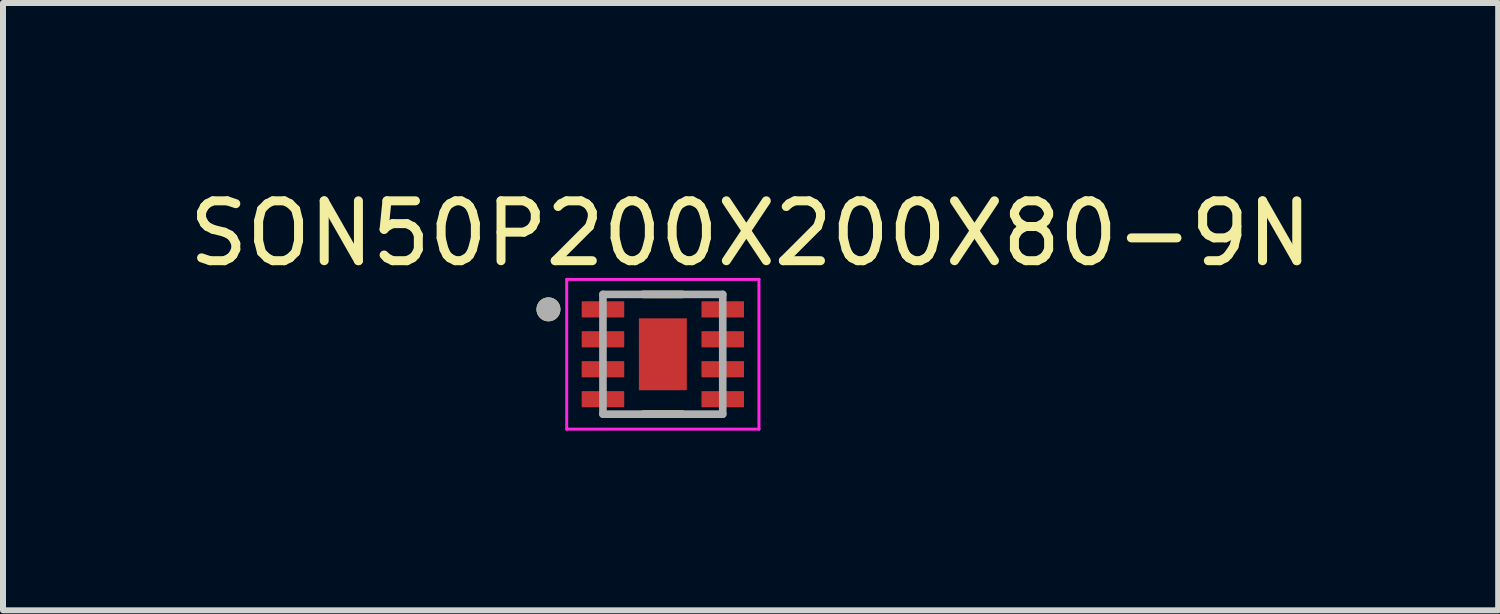
<source format=kicad_pcb>
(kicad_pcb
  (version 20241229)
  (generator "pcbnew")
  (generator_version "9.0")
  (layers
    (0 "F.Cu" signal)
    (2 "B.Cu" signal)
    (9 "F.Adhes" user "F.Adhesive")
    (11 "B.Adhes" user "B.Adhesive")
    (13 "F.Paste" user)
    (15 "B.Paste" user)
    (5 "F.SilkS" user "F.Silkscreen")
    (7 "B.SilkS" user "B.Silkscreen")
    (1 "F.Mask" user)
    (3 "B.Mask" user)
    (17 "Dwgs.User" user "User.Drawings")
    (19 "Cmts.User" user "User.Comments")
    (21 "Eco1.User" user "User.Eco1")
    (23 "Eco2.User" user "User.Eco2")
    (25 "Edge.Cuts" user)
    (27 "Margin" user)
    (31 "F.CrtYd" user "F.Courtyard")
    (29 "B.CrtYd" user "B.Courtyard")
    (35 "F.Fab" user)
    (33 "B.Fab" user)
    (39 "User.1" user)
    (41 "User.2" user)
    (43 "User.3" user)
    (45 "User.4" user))
  (footprint "SON50P200X200X80-9N"
    (layer "F.Cu")
    (at 8.017 2.865)
    (property "Reference" "SON50P200X200X80-9N" (at 1.465 -2.017 0) (layer "F.SilkS") (effects (font (size 1 1) (thickness 0.15))))
    (attr through_hole)
    (fp_line (start -0.325 -1) (end 0.325 -1) (stroke (width 0.127) (type solid)) (layer "F.SilkS"))
    (fp_line (start -0.325 1) (end 0.325 1) (stroke (width 0.127) (type solid)) (layer "F.SilkS"))
    (fp_circle (center -1.91 -0.75) (end -1.81 -0.75) (stroke (width 0.2) (type solid)) (fill no) (layer "F.SilkS"))
    (fp_poly (pts (xy -0.253 -0.38) (xy 0.253 -0.38) (xy 0.253 0.38) (xy -0.253 0.38)) (stroke (width 0.01) (type solid)) (fill yes) (layer "F.Paste"))
    (fp_line (start -1.605 -1.25) (end -1.605 1.25) (stroke (width 0.05) (type solid)) (layer "F.CrtYd"))
    (fp_line (start -1.605 -1.25) (end 1.605 -1.25) (stroke (width 0.05) (type solid)) (layer "F.CrtYd"))
    (fp_line (start -1.605 1.25) (end 1.605 1.25) (stroke (width 0.05) (type solid)) (layer "F.CrtYd"))
    (fp_line (start 1.605 -1.25) (end 1.605 1.25) (stroke (width 0.05) (type solid)) (layer "F.CrtYd"))
    (fp_line (start -1 -1) (end -1 1) (stroke (width 0.127) (type solid)) (layer "F.Fab"))
    (fp_line (start -1 -1) (end 1 -1) (stroke (width 0.127) (type solid)) (layer "F.Fab"))
    (fp_line (start -1 1) (end 1 1) (stroke (width 0.127) (type solid)) (layer "F.Fab"))
    (fp_line (start 1 -1) (end 1 1) (stroke (width 0.127) (type solid)) (layer "F.Fab"))
    (fp_circle (center -1.91 -0.75) (end -1.81 -0.75) (stroke (width 0.2) (type solid)) (fill no) (layer "F.Fab"))
    (pad "1" smd roundrect (at -1 -0.75) (size 0.71 0.27) (layers "F.Cu" "F.Mask" "F.Paste") (roundrect_rratio 0.03))
    (pad "2" smd roundrect (at -1 -0.25) (size 0.71 0.27) (layers "F.Cu" "F.Mask" "F.Paste") (roundrect_rratio 0.03))
    (pad "3" smd roundrect (at -1 0.25) (size 0.71 0.27) (layers "F.Cu" "F.Mask" "F.Paste") (roundrect_rratio 0.03))
    (pad "4" smd roundrect (at -1 0.75) (size 0.71 0.27) (layers "F.Cu" "F.Mask" "F.Paste") (roundrect_rratio 0.03))
    (pad "5" smd roundrect (at 1 0.75) (size 0.71 0.27) (layers "F.Cu" "F.Mask" "F.Paste") (roundrect_rratio 0.03))
    (pad "6" smd roundrect (at 1 0.25) (size 0.71 0.27) (layers "F.Cu" "F.Mask" "F.Paste") (roundrect_rratio 0.03))
    (pad "7" smd roundrect (at 1 -0.25) (size 0.71 0.27) (layers "F.Cu" "F.Mask" "F.Paste") (roundrect_rratio 0.03))
    (pad "8" smd roundrect (at 1 -0.75) (size 0.71 0.27) (layers "F.Cu" "F.Mask" "F.Paste") (roundrect_rratio 0.03))
    (pad "9" smd rect (at 0 0) (size 0.8 1.2) (layers "F.Cu" "F.Mask")))
  (gr_rect
    (start -3 -3)
    (end 21.964 7.14)
    (stroke (width 0.1) (type default))
    (fill no)
    (layer "Edge.Cuts")))
</source>
